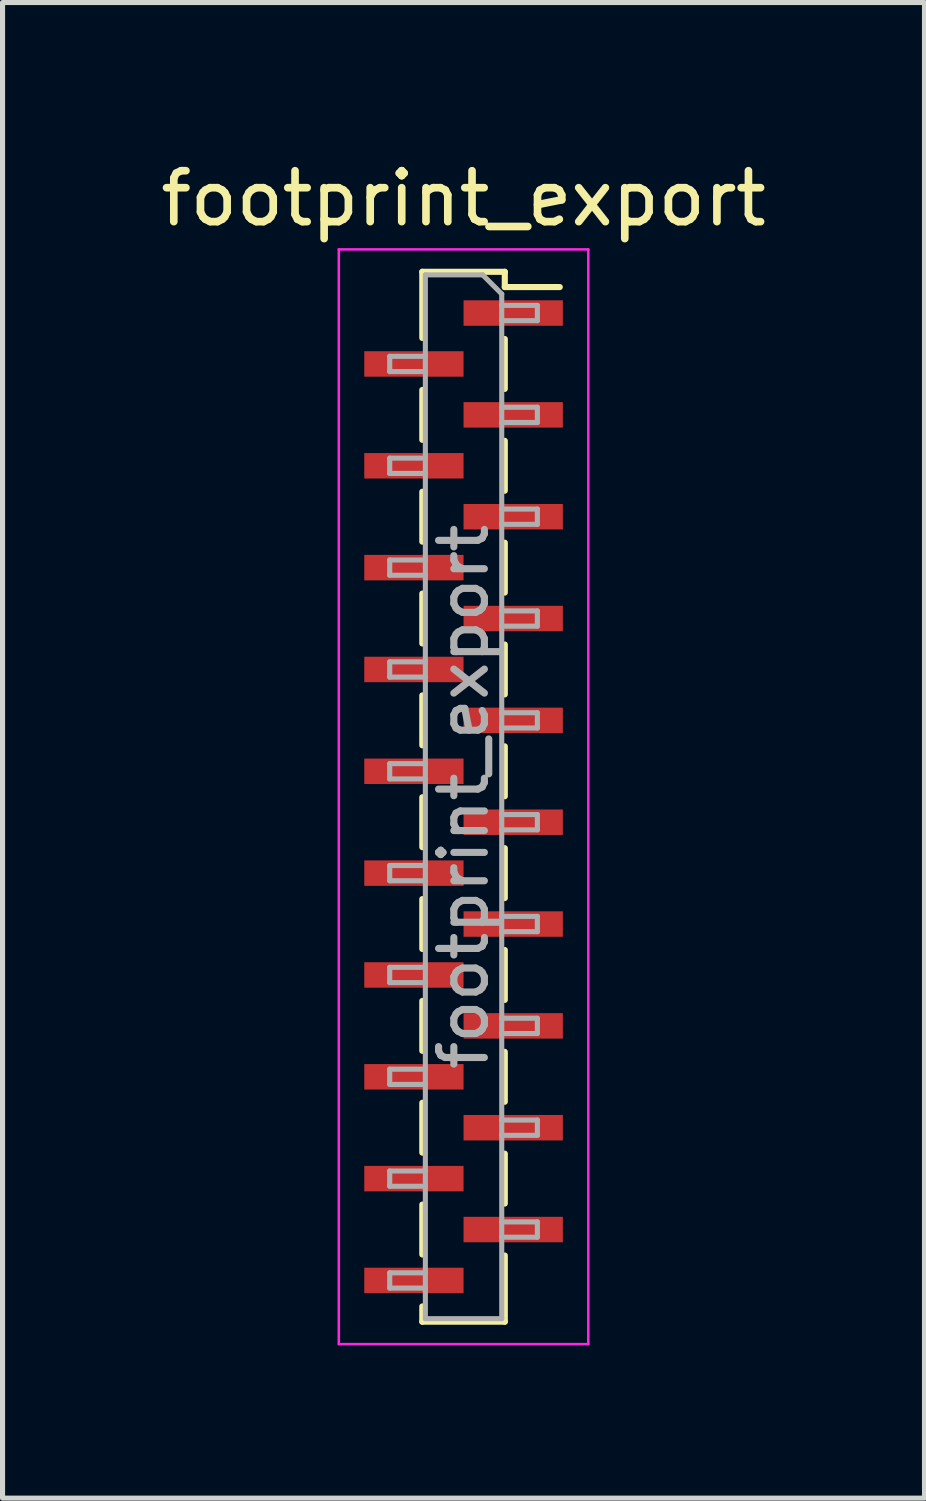
<source format=kicad_pcb>
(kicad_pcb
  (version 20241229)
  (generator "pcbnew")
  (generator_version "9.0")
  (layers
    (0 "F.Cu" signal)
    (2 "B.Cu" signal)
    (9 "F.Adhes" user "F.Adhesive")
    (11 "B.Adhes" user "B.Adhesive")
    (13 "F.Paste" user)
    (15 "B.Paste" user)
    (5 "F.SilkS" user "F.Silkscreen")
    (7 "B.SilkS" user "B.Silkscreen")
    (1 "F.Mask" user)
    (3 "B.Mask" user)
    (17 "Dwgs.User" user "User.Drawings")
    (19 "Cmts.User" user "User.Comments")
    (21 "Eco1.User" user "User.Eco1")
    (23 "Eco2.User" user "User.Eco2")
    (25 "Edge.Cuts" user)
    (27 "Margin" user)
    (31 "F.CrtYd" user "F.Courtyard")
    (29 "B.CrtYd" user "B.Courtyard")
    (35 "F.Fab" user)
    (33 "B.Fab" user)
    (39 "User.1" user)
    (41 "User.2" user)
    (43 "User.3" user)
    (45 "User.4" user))
  (footprint "footprint_export"
    (layer "F.Cu")
    (at 6.054 12.598)
    (property "Reference" "footprint_export" (at 0 -11.75 0) (layer "F.SilkS") (effects (font (size 1 1) (thickness 0.15))))
    (attr smd)
    (fp_line (start -0.81 -10.31) (end -0.81 -9.01) (stroke (width 0.12) (type solid)) (layer "F.SilkS"))
    (fp_line (start -0.81 -10.31) (end 0.81 -10.31) (stroke (width 0.12) (type solid)) (layer "F.SilkS"))
    (fp_line (start -0.81 -7.99) (end -0.81 -7.01) (stroke (width 0.12) (type solid)) (layer "F.SilkS"))
    (fp_line (start -0.81 -5.99) (end -0.81 -5.01) (stroke (width 0.12) (type solid)) (layer "F.SilkS"))
    (fp_line (start -0.81 -3.99) (end -0.81 -3.01) (stroke (width 0.12) (type solid)) (layer "F.SilkS"))
    (fp_line (start -0.81 -1.99) (end -0.81 -1.01) (stroke (width 0.12) (type solid)) (layer "F.SilkS"))
    (fp_line (start -0.81 0.01) (end -0.81 0.99) (stroke (width 0.12) (type solid)) (layer "F.SilkS"))
    (fp_line (start -0.81 2.01) (end -0.81 2.99) (stroke (width 0.12) (type solid)) (layer "F.SilkS"))
    (fp_line (start -0.81 4.01) (end -0.81 4.99) (stroke (width 0.12) (type solid)) (layer "F.SilkS"))
    (fp_line (start -0.81 6.01) (end -0.81 6.99) (stroke (width 0.12) (type solid)) (layer "F.SilkS"))
    (fp_line (start -0.81 8.01) (end -0.81 8.99) (stroke (width 0.12) (type solid)) (layer "F.SilkS"))
    (fp_line (start -0.81 10.01) (end -0.81 10.31) (stroke (width 0.12) (type solid)) (layer "F.SilkS"))
    (fp_line (start -0.81 10.31) (end 0.81 10.31) (stroke (width 0.12) (type solid)) (layer "F.SilkS"))
    (fp_line (start 0.81 -10.31) (end 0.81 -10.01) (stroke (width 0.12) (type solid)) (layer "F.SilkS"))
    (fp_line (start 0.81 -10.01) (end 1.89 -10.01) (stroke (width 0.12) (type solid)) (layer "F.SilkS"))
    (fp_line (start 0.81 -8.99) (end 0.81 -8.01) (stroke (width 0.12) (type solid)) (layer "F.SilkS"))
    (fp_line (start 0.81 -6.99) (end 0.81 -6.01) (stroke (width 0.12) (type solid)) (layer "F.SilkS"))
    (fp_line (start 0.81 -4.99) (end 0.81 -4.01) (stroke (width 0.12) (type solid)) (layer "F.SilkS"))
    (fp_line (start 0.81 -2.99) (end 0.81 -2.01) (stroke (width 0.12) (type solid)) (layer "F.SilkS"))
    (fp_line (start 0.81 -0.99) (end 0.81 -0.01) (stroke (width 0.12) (type solid)) (layer "F.SilkS"))
    (fp_line (start 0.81 1.01) (end 0.81 1.99) (stroke (width 0.12) (type solid)) (layer "F.SilkS"))
    (fp_line (start 0.81 3.01) (end 0.81 3.99) (stroke (width 0.12) (type solid)) (layer "F.SilkS"))
    (fp_line (start 0.81 5.01) (end 0.81 5.99) (stroke (width 0.12) (type solid)) (layer "F.SilkS"))
    (fp_line (start 0.81 7.01) (end 0.81 7.99) (stroke (width 0.12) (type solid)) (layer "F.SilkS"))
    (fp_line (start 0.81 9.01) (end 0.81 10.31) (stroke (width 0.12) (type solid)) (layer "F.SilkS"))
    (fp_line (start -2.45 -10.75) (end 2.45 -10.75) (stroke (width 0.05) (type solid)) (layer "F.CrtYd"))
    (fp_line (start -2.45 10.75) (end -2.45 -10.75) (stroke (width 0.05) (type solid)) (layer "F.CrtYd"))
    (fp_line (start 2.45 -10.75) (end 2.45 10.75) (stroke (width 0.05) (type solid)) (layer "F.CrtYd"))
    (fp_line (start 2.45 10.75) (end -2.45 10.75) (stroke (width 0.05) (type solid)) (layer "F.CrtYd"))
    (fp_line (start -1.45 -8.65) (end -0.75 -8.65) (stroke (width 0.1) (type solid)) (layer "F.Fab"))
    (fp_line (start -1.45 -8.35) (end -1.45 -8.65) (stroke (width 0.1) (type solid)) (layer "F.Fab"))
    (fp_line (start -1.45 -6.65) (end -0.75 -6.65) (stroke (width 0.1) (type solid)) (layer "F.Fab"))
    (fp_line (start -1.45 -6.35) (end -1.45 -6.65) (stroke (width 0.1) (type solid)) (layer "F.Fab"))
    (fp_line (start -1.45 -4.65) (end -0.75 -4.65) (stroke (width 0.1) (type solid)) (layer "F.Fab"))
    (fp_line (start -1.45 -4.35) (end -1.45 -4.65) (stroke (width 0.1) (type solid)) (layer "F.Fab"))
    (fp_line (start -1.45 -2.65) (end -0.75 -2.65) (stroke (width 0.1) (type solid)) (layer "F.Fab"))
    (fp_line (start -1.45 -2.35) (end -1.45 -2.65) (stroke (width 0.1) (type solid)) (layer "F.Fab"))
    (fp_line (start -1.45 -0.65) (end -0.75 -0.65) (stroke (width 0.1) (type solid)) (layer "F.Fab"))
    (fp_line (start -1.45 -0.35) (end -1.45 -0.65) (stroke (width 0.1) (type solid)) (layer "F.Fab"))
    (fp_line (start -1.45 1.35) (end -0.75 1.35) (stroke (width 0.1) (type solid)) (layer "F.Fab"))
    (fp_line (start -1.45 1.65) (end -1.45 1.35) (stroke (width 0.1) (type solid)) (layer "F.Fab"))
    (fp_line (start -1.45 3.35) (end -0.75 3.35) (stroke (width 0.1) (type solid)) (layer "F.Fab"))
    (fp_line (start -1.45 3.65) (end -1.45 3.35) (stroke (width 0.1) (type solid)) (layer "F.Fab"))
    (fp_line (start -1.45 5.35) (end -0.75 5.35) (stroke (width 0.1) (type solid)) (layer "F.Fab"))
    (fp_line (start -1.45 5.65) (end -1.45 5.35) (stroke (width 0.1) (type solid)) (layer "F.Fab"))
    (fp_line (start -1.45 7.35) (end -0.75 7.35) (stroke (width 0.1) (type solid)) (layer "F.Fab"))
    (fp_line (start -1.45 7.65) (end -1.45 7.35) (stroke (width 0.1) (type solid)) (layer "F.Fab"))
    (fp_line (start -1.45 9.35) (end -0.75 9.35) (stroke (width 0.1) (type solid)) (layer "F.Fab"))
    (fp_line (start -1.45 9.65) (end -1.45 9.35) (stroke (width 0.1) (type solid)) (layer "F.Fab"))
    (fp_line (start -0.75 -10.25) (end 0.375 -10.25) (stroke (width 0.1) (type solid)) (layer "F.Fab"))
    (fp_line (start -0.75 -8.35) (end -1.45 -8.35) (stroke (width 0.1) (type solid)) (layer "F.Fab"))
    (fp_line (start -0.75 -6.35) (end -1.45 -6.35) (stroke (width 0.1) (type solid)) (layer "F.Fab"))
    (fp_line (start -0.75 -4.35) (end -1.45 -4.35) (stroke (width 0.1) (type solid)) (layer "F.Fab"))
    (fp_line (start -0.75 -2.35) (end -1.45 -2.35) (stroke (width 0.1) (type solid)) (layer "F.Fab"))
    (fp_line (start -0.75 -0.35) (end -1.45 -0.35) (stroke (width 0.1) (type solid)) (layer "F.Fab"))
    (fp_line (start -0.75 1.65) (end -1.45 1.65) (stroke (width 0.1) (type solid)) (layer "F.Fab"))
    (fp_line (start -0.75 3.65) (end -1.45 3.65) (stroke (width 0.1) (type solid)) (layer "F.Fab"))
    (fp_line (start -0.75 5.65) (end -1.45 5.65) (stroke (width 0.1) (type solid)) (layer "F.Fab"))
    (fp_line (start -0.75 7.65) (end -1.45 7.65) (stroke (width 0.1) (type solid)) (layer "F.Fab"))
    (fp_line (start -0.75 9.65) (end -1.45 9.65) (stroke (width 0.1) (type solid)) (layer "F.Fab"))
    (fp_line (start -0.75 10.25) (end -0.75 -10.25) (stroke (width 0.1) (type solid)) (layer "F.Fab"))
    (fp_line (start 0.375 -10.25) (end 0.75 -9.875) (stroke (width 0.1) (type solid)) (layer "F.Fab"))
    (fp_line (start 0.75 -9.875) (end 0.75 10.25) (stroke (width 0.1) (type solid)) (layer "F.Fab"))
    (fp_line (start 0.75 -9.65) (end 1.45 -9.65) (stroke (width 0.1) (type solid)) (layer "F.Fab"))
    (fp_line (start 0.75 -7.65) (end 1.45 -7.65) (stroke (width 0.1) (type solid)) (layer "F.Fab"))
    (fp_line (start 0.75 -5.65) (end 1.45 -5.65) (stroke (width 0.1) (type solid)) (layer "F.Fab"))
    (fp_line (start 0.75 -3.65) (end 1.45 -3.65) (stroke (width 0.1) (type solid)) (layer "F.Fab"))
    (fp_line (start 0.75 -1.65) (end 1.45 -1.65) (stroke (width 0.1) (type solid)) (layer "F.Fab"))
    (fp_line (start 0.75 0.35) (end 1.45 0.35) (stroke (width 0.1) (type solid)) (layer "F.Fab"))
    (fp_line (start 0.75 2.35) (end 1.45 2.35) (stroke (width 0.1) (type solid)) (layer "F.Fab"))
    (fp_line (start 0.75 4.35) (end 1.45 4.35) (stroke (width 0.1) (type solid)) (layer "F.Fab"))
    (fp_line (start 0.75 6.35) (end 1.45 6.35) (stroke (width 0.1) (type solid)) (layer "F.Fab"))
    (fp_line (start 0.75 8.35) (end 1.45 8.35) (stroke (width 0.1) (type solid)) (layer "F.Fab"))
    (fp_line (start 0.75 10.25) (end -0.75 10.25) (stroke (width 0.1) (type solid)) (layer "F.Fab"))
    (fp_line (start 1.45 -9.65) (end 1.45 -9.35) (stroke (width 0.1) (type solid)) (layer "F.Fab"))
    (fp_line (start 1.45 -9.35) (end 0.75 -9.35) (stroke (width 0.1) (type solid)) (layer "F.Fab"))
    (fp_line (start 1.45 -7.65) (end 1.45 -7.35) (stroke (width 0.1) (type solid)) (layer "F.Fab"))
    (fp_line (start 1.45 -7.35) (end 0.75 -7.35) (stroke (width 0.1) (type solid)) (layer "F.Fab"))
    (fp_line (start 1.45 -5.65) (end 1.45 -5.35) (stroke (width 0.1) (type solid)) (layer "F.Fab"))
    (fp_line (start 1.45 -5.35) (end 0.75 -5.35) (stroke (width 0.1) (type solid)) (layer "F.Fab"))
    (fp_line (start 1.45 -3.65) (end 1.45 -3.35) (stroke (width 0.1) (type solid)) (layer "F.Fab"))
    (fp_line (start 1.45 -3.35) (end 0.75 -3.35) (stroke (width 0.1) (type solid)) (layer "F.Fab"))
    (fp_line (start 1.45 -1.65) (end 1.45 -1.35) (stroke (width 0.1) (type solid)) (layer "F.Fab"))
    (fp_line (start 1.45 -1.35) (end 0.75 -1.35) (stroke (width 0.1) (type solid)) (layer "F.Fab"))
    (fp_line (start 1.45 0.35) (end 1.45 0.65) (stroke (width 0.1) (type solid)) (layer "F.Fab"))
    (fp_line (start 1.45 0.65) (end 0.75 0.65) (stroke (width 0.1) (type solid)) (layer "F.Fab"))
    (fp_line (start 1.45 2.35) (end 1.45 2.65) (stroke (width 0.1) (type solid)) (layer "F.Fab"))
    (fp_line (start 1.45 2.65) (end 0.75 2.65) (stroke (width 0.1) (type solid)) (layer "F.Fab"))
    (fp_line (start 1.45 4.35) (end 1.45 4.65) (stroke (width 0.1) (type solid)) (layer "F.Fab"))
    (fp_line (start 1.45 4.65) (end 0.75 4.65) (stroke (width 0.1) (type solid)) (layer "F.Fab"))
    (fp_line (start 1.45 6.35) (end 1.45 6.65) (stroke (width 0.1) (type solid)) (layer "F.Fab"))
    (fp_line (start 1.45 6.65) (end 0.75 6.65) (stroke (width 0.1) (type solid)) (layer "F.Fab"))
    (fp_line (start 1.45 8.35) (end 1.45 8.65) (stroke (width 0.1) (type solid)) (layer "F.Fab"))
    (fp_line (start 1.45 8.65) (end 0.75 8.65) (stroke (width 0.1) (type solid)) (layer "F.Fab"))
    (fp_text user "${REFERENCE}" (at 0 0 90) (layer "F.Fab") (effects (font (size 0.9 0.9) (thickness 0.14))))
    (pad "1" smd rect (at 0.975 -9.5) (size 1.95 0.5) (layers "F.Cu" "F.Mask" "F.Paste"))
    (pad "2" smd rect (at -0.975 -8.5) (size 1.95 0.5) (layers "F.Cu" "F.Mask" "F.Paste"))
    (pad "3" smd rect (at 0.975 -7.5) (size 1.95 0.5) (layers "F.Cu" "F.Mask" "F.Paste"))
    (pad "4" smd rect (at -0.975 -6.5) (size 1.95 0.5) (layers "F.Cu" "F.Mask" "F.Paste"))
    (pad "5" smd rect (at 0.975 -5.5) (size 1.95 0.5) (layers "F.Cu" "F.Mask" "F.Paste"))
    (pad "6" smd rect (at -0.975 -4.5) (size 1.95 0.5) (layers "F.Cu" "F.Mask" "F.Paste"))
    (pad "7" smd rect (at 0.975 -3.5) (size 1.95 0.5) (layers "F.Cu" "F.Mask" "F.Paste"))
    (pad "8" smd rect (at -0.975 -2.5) (size 1.95 0.5) (layers "F.Cu" "F.Mask" "F.Paste"))
    (pad "9" smd rect (at 0.975 -1.5) (size 1.95 0.5) (layers "F.Cu" "F.Mask" "F.Paste"))
    (pad "10" smd rect (at -0.975 -0.5) (size 1.95 0.5) (layers "F.Cu" "F.Mask" "F.Paste"))
    (pad "11" smd rect (at 0.975 0.5) (size 1.95 0.5) (layers "F.Cu" "F.Mask" "F.Paste"))
    (pad "12" smd rect (at -0.975 1.5) (size 1.95 0.5) (layers "F.Cu" "F.Mask" "F.Paste"))
    (pad "13" smd rect (at 0.975 2.5) (size 1.95 0.5) (layers "F.Cu" "F.Mask" "F.Paste"))
    (pad "14" smd rect (at -0.975 3.5) (size 1.95 0.5) (layers "F.Cu" "F.Mask" "F.Paste"))
    (pad "15" smd rect (at 0.975 4.5) (size 1.95 0.5) (layers "F.Cu" "F.Mask" "F.Paste"))
    (pad "16" smd rect (at -0.975 5.5) (size 1.95 0.5) (layers "F.Cu" "F.Mask" "F.Paste"))
    (pad "17" smd rect (at 0.975 6.5) (size 1.95 0.5) (layers "F.Cu" "F.Mask" "F.Paste"))
    (pad "18" smd rect (at -0.975 7.5) (size 1.95 0.5) (layers "F.Cu" "F.Mask" "F.Paste"))
    (pad "19" smd rect (at 0.975 8.5) (size 1.95 0.5) (layers "F.Cu" "F.Mask" "F.Paste"))
    (pad "20" smd rect (at -0.975 9.5) (size 1.95 0.5) (layers "F.Cu" "F.Mask" "F.Paste")))
  (gr_rect
    (start -3 -3)
    (end 15.107 26.373)
    (stroke (width 0.1) (type default))
    (fill no)
    (layer "Edge.Cuts")))
</source>
